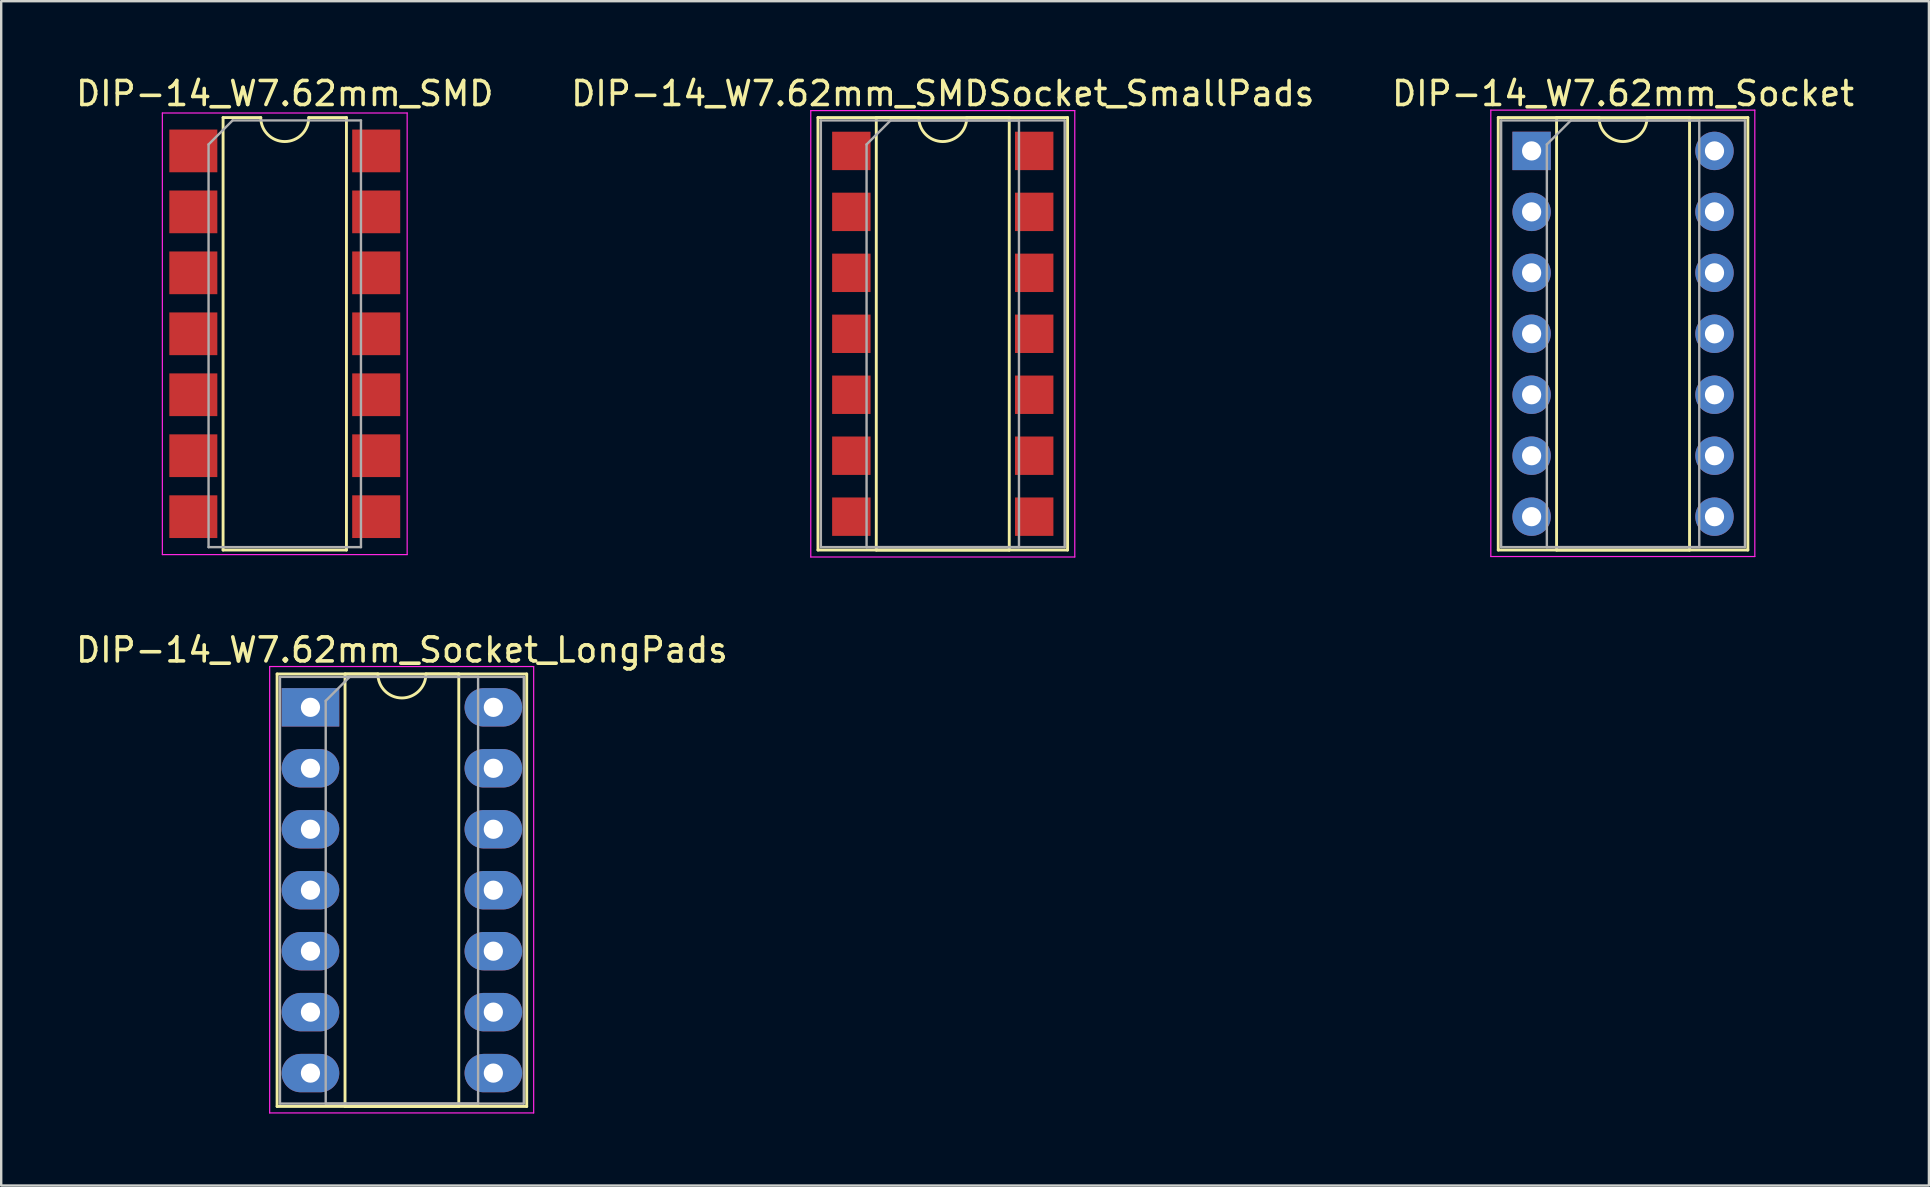
<source format=kicad_pcb>
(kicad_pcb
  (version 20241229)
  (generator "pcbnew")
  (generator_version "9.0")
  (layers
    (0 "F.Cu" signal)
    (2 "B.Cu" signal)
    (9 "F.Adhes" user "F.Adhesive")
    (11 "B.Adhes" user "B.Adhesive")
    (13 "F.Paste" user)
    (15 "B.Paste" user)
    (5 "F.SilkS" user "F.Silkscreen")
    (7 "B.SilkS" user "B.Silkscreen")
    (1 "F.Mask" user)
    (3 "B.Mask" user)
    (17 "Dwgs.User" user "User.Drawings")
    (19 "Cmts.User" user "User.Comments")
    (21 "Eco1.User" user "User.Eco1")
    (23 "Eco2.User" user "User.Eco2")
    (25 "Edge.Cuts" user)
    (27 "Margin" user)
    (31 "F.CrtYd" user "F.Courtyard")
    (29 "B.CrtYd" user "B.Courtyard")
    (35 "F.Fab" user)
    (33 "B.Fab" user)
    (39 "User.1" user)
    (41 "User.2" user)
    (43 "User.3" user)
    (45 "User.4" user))
  (footprint "DIP-14_W7.62mm_Socket"
    (layer "F.Cu")
    (at 60.767 3.238)
    (property "Reference" "DIP-14_W7.62mm_Socket" (at 3.81 -2.39 0) (layer "F.SilkS") (effects (font (size 1 1) (thickness 0.15))))
    (attr through_hole)
    (fp_line (start -1.39 -1.39) (end -1.39 16.63) (stroke (width 0.12) (type solid)) (layer "F.SilkS"))
    (fp_line (start -1.39 16.63) (end 9.01 16.63) (stroke (width 0.12) (type solid)) (layer "F.SilkS"))
    (fp_line (start 1.04 -1.39) (end 1.04 16.63) (stroke (width 0.12) (type solid)) (layer "F.SilkS"))
    (fp_line (start 1.04 16.63) (end 6.58 16.63) (stroke (width 0.12) (type solid)) (layer "F.SilkS"))
    (fp_line (start 2.81 -1.39) (end 1.04 -1.39) (stroke (width 0.12) (type solid)) (layer "F.SilkS"))
    (fp_line (start 6.58 -1.39) (end 4.81 -1.39) (stroke (width 0.12) (type solid)) (layer "F.SilkS"))
    (fp_line (start 6.58 16.63) (end 6.58 -1.39) (stroke (width 0.12) (type solid)) (layer "F.SilkS"))
    (fp_line (start 9.01 -1.39) (end -1.39 -1.39) (stroke (width 0.12) (type solid)) (layer "F.SilkS"))
    (fp_line (start 9.01 16.63) (end 9.01 -1.39) (stroke (width 0.12) (type solid)) (layer "F.SilkS"))
    (fp_arc (start 4.81 -1.39) (mid 3.81 -0.39) (end 2.81 -1.39) (stroke (width 0.12) (type solid)) (layer "F.SilkS"))
    (fp_line (start -1.7 -1.7) (end -1.7 16.9) (stroke (width 0.05) (type solid)) (layer "F.CrtYd"))
    (fp_line (start -1.7 16.9) (end 9.3 16.9) (stroke (width 0.05) (type solid)) (layer "F.CrtYd"))
    (fp_line (start 9.3 -1.7) (end -1.7 -1.7) (stroke (width 0.05) (type solid)) (layer "F.CrtYd"))
    (fp_line (start 9.3 16.9) (end 9.3 -1.7) (stroke (width 0.05) (type solid)) (layer "F.CrtYd"))
    (fp_line (start -1.27 -1.27) (end -1.27 16.51) (stroke (width 0.1) (type solid)) (layer "F.Fab"))
    (fp_line (start -1.27 16.51) (end 8.89 16.51) (stroke (width 0.1) (type solid)) (layer "F.Fab"))
    (fp_line (start 0.635 -0.27) (end 1.635 -1.27) (stroke (width 0.1) (type solid)) (layer "F.Fab"))
    (fp_line (start 0.635 16.51) (end 0.635 -0.27) (stroke (width 0.1) (type solid)) (layer "F.Fab"))
    (fp_line (start 1.635 -1.27) (end 6.985 -1.27) (stroke (width 0.1) (type solid)) (layer "F.Fab"))
    (fp_line (start 6.985 -1.27) (end 6.985 16.51) (stroke (width 0.1) (type solid)) (layer "F.Fab"))
    (fp_line (start 6.985 16.51) (end 0.635 16.51) (stroke (width 0.1) (type solid)) (layer "F.Fab"))
    (fp_line (start 8.89 -1.27) (end -1.27 -1.27) (stroke (width 0.1) (type solid)) (layer "F.Fab"))
    (fp_line (start 8.89 16.51) (end 8.89 -1.27) (stroke (width 0.1) (type solid)) (layer "F.Fab"))
    (pad "1" thru_hole rect (at 0 0) (size 1.6 1.6) (drill 0.8) (layers "*.Cu" "*.Mask"))
    (pad "2" thru_hole oval (at 0 2.54) (size 1.6 1.6) (drill 0.8) (layers "*.Cu" "*.Mask"))
    (pad "3" thru_hole oval (at 0 5.08) (size 1.6 1.6) (drill 0.8) (layers "*.Cu" "*.Mask"))
    (pad "4" thru_hole oval (at 0 7.62) (size 1.6 1.6) (drill 0.8) (layers "*.Cu" "*.Mask"))
    (pad "5" thru_hole oval (at 0 10.16) (size 1.6 1.6) (drill 0.8) (layers "*.Cu" "*.Mask"))
    (pad "6" thru_hole oval (at 0 12.7) (size 1.6 1.6) (drill 0.8) (layers "*.Cu" "*.Mask"))
    (pad "7" thru_hole oval (at 0 15.24) (size 1.6 1.6) (drill 0.8) (layers "*.Cu" "*.Mask"))
    (pad "8" thru_hole oval (at 7.62 15.24) (size 1.6 1.6) (drill 0.8) (layers "*.Cu" "*.Mask"))
    (pad "9" thru_hole oval (at 7.62 12.7) (size 1.6 1.6) (drill 0.8) (layers "*.Cu" "*.Mask"))
    (pad "10" thru_hole oval (at 7.62 10.16) (size 1.6 1.6) (drill 0.8) (layers "*.Cu" "*.Mask"))
    (pad "11" thru_hole oval (at 7.62 7.62) (size 1.6 1.6) (drill 0.8) (layers "*.Cu" "*.Mask"))
    (pad "12" thru_hole oval (at 7.62 5.08) (size 1.6 1.6) (drill 0.8) (layers "*.Cu" "*.Mask"))
    (pad "13" thru_hole oval (at 7.62 2.54) (size 1.6 1.6) (drill 0.8) (layers "*.Cu" "*.Mask"))
    (pad "14" thru_hole oval (at 7.62 0) (size 1.6 1.6) (drill 0.8) (layers "*.Cu" "*.Mask")))
  (footprint "DIP-14_W7.62mm_SMDSocket_SmallPads"
    (layer "F.Cu")
    (at 36.232 10.858)
    (property "Reference" "DIP-14_W7.62mm_SMDSocket_SmallPads" (at 0 -10.01 0) (layer "F.SilkS") (effects (font (size 1 1) (thickness 0.15))))
    (attr smd)
    (fp_line (start -5.2 -9.01) (end -5.2 9.01) (stroke (width 0.12) (type solid)) (layer "F.SilkS"))
    (fp_line (start -5.2 9.01) (end 5.2 9.01) (stroke (width 0.12) (type solid)) (layer "F.SilkS"))
    (fp_line (start -2.77 -9.01) (end -2.77 9.01) (stroke (width 0.12) (type solid)) (layer "F.SilkS"))
    (fp_line (start -2.77 9.01) (end 2.77 9.01) (stroke (width 0.12) (type solid)) (layer "F.SilkS"))
    (fp_line (start -1 -9.01) (end -2.77 -9.01) (stroke (width 0.12) (type solid)) (layer "F.SilkS"))
    (fp_line (start 2.77 -9.01) (end 1 -9.01) (stroke (width 0.12) (type solid)) (layer "F.SilkS"))
    (fp_line (start 2.77 9.01) (end 2.77 -9.01) (stroke (width 0.12) (type solid)) (layer "F.SilkS"))
    (fp_line (start 5.2 -9.01) (end -5.2 -9.01) (stroke (width 0.12) (type solid)) (layer "F.SilkS"))
    (fp_line (start 5.2 9.01) (end 5.2 -9.01) (stroke (width 0.12) (type solid)) (layer "F.SilkS"))
    (fp_arc (start 1 -9.01) (mid 0 -8.01) (end -1 -9.01) (stroke (width 0.12) (type solid)) (layer "F.SilkS"))
    (fp_line (start -5.5 -9.3) (end -5.5 9.3) (stroke (width 0.05) (type solid)) (layer "F.CrtYd"))
    (fp_line (start -5.5 9.3) (end 5.5 9.3) (stroke (width 0.05) (type solid)) (layer "F.CrtYd"))
    (fp_line (start 5.5 -9.3) (end -5.5 -9.3) (stroke (width 0.05) (type solid)) (layer "F.CrtYd"))
    (fp_line (start 5.5 9.3) (end 5.5 -9.3) (stroke (width 0.05) (type solid)) (layer "F.CrtYd"))
    (fp_line (start -5.08 -8.89) (end -5.08 8.89) (stroke (width 0.1) (type solid)) (layer "F.Fab"))
    (fp_line (start -5.08 8.89) (end 5.08 8.89) (stroke (width 0.1) (type solid)) (layer "F.Fab"))
    (fp_line (start -3.175 -7.89) (end -2.175 -8.89) (stroke (width 0.1) (type solid)) (layer "F.Fab"))
    (fp_line (start -3.175 8.89) (end -3.175 -7.89) (stroke (width 0.1) (type solid)) (layer "F.Fab"))
    (fp_line (start -2.175 -8.89) (end 3.175 -8.89) (stroke (width 0.1) (type solid)) (layer "F.Fab"))
    (fp_line (start 3.175 -8.89) (end 3.175 8.89) (stroke (width 0.1) (type solid)) (layer "F.Fab"))
    (fp_line (start 3.175 8.89) (end -3.175 8.89) (stroke (width 0.1) (type solid)) (layer "F.Fab"))
    (fp_line (start 5.08 -8.89) (end -5.08 -8.89) (stroke (width 0.1) (type solid)) (layer "F.Fab"))
    (fp_line (start 5.08 8.89) (end 5.08 -8.89) (stroke (width 0.1) (type solid)) (layer "F.Fab"))
    (pad "1" smd rect (at -3.81 -7.62) (size 1.6 1.6) (layers "F.Cu" "F.Mask"))
    (pad "2" smd rect (at -3.81 -5.08) (size 1.6 1.6) (layers "F.Cu" "F.Mask"))
    (pad "3" smd rect (at -3.81 -2.54) (size 1.6 1.6) (layers "F.Cu" "F.Mask"))
    (pad "4" smd rect (at -3.81 0) (size 1.6 1.6) (layers "F.Cu" "F.Mask"))
    (pad "5" smd rect (at -3.81 2.54) (size 1.6 1.6) (layers "F.Cu" "F.Mask"))
    (pad "6" smd rect (at -3.81 5.08) (size 1.6 1.6) (layers "F.Cu" "F.Mask"))
    (pad "7" smd rect (at -3.81 7.62) (size 1.6 1.6) (layers "F.Cu" "F.Mask"))
    (pad "8" smd rect (at 3.81 7.62) (size 1.6 1.6) (layers "F.Cu" "F.Mask"))
    (pad "9" smd rect (at 3.81 5.08) (size 1.6 1.6) (layers "F.Cu" "F.Mask"))
    (pad "10" smd rect (at 3.81 2.54) (size 1.6 1.6) (layers "F.Cu" "F.Mask"))
    (pad "11" smd rect (at 3.81 0) (size 1.6 1.6) (layers "F.Cu" "F.Mask"))
    (pad "12" smd rect (at 3.81 -2.54) (size 1.6 1.6) (layers "F.Cu" "F.Mask"))
    (pad "13" smd rect (at 3.81 -5.08) (size 1.6 1.6) (layers "F.Cu" "F.Mask"))
    (pad "14" smd rect (at 3.81 -7.62) (size 1.6 1.6) (layers "F.Cu" "F.Mask")))
  (footprint "DIP-14_W7.62mm_Socket_LongPads"
    (layer "F.Cu")
    (at 9.886 26.422)
    (property "Reference" "DIP-14_W7.62mm_Socket_LongPads" (at 3.81 -2.39 0) (layer "F.SilkS") (effects (font (size 1 1) (thickness 0.15))))
    (attr through_hole)
    (fp_line (start -1.39 -1.39) (end -1.39 16.63) (stroke (width 0.12) (type solid)) (layer "F.SilkS"))
    (fp_line (start -1.39 16.63) (end 9.01 16.63) (stroke (width 0.12) (type solid)) (layer "F.SilkS"))
    (fp_line (start 1.44 -1.39) (end 1.44 16.63) (stroke (width 0.12) (type solid)) (layer "F.SilkS"))
    (fp_line (start 1.44 16.63) (end 6.18 16.63) (stroke (width 0.12) (type solid)) (layer "F.SilkS"))
    (fp_line (start 2.81 -1.39) (end 1.44 -1.39) (stroke (width 0.12) (type solid)) (layer "F.SilkS"))
    (fp_line (start 6.18 -1.39) (end 4.81 -1.39) (stroke (width 0.12) (type solid)) (layer "F.SilkS"))
    (fp_line (start 6.18 16.63) (end 6.18 -1.39) (stroke (width 0.12) (type solid)) (layer "F.SilkS"))
    (fp_line (start 9.01 -1.39) (end -1.39 -1.39) (stroke (width 0.12) (type solid)) (layer "F.SilkS"))
    (fp_line (start 9.01 16.63) (end 9.01 -1.39) (stroke (width 0.12) (type solid)) (layer "F.SilkS"))
    (fp_arc (start 4.81 -1.39) (mid 3.81 -0.39) (end 2.81 -1.39) (stroke (width 0.12) (type solid)) (layer "F.SilkS"))
    (fp_line (start -1.7 -1.7) (end -1.7 16.9) (stroke (width 0.05) (type solid)) (layer "F.CrtYd"))
    (fp_line (start -1.7 16.9) (end 9.3 16.9) (stroke (width 0.05) (type solid)) (layer "F.CrtYd"))
    (fp_line (start 9.3 -1.7) (end -1.7 -1.7) (stroke (width 0.05) (type solid)) (layer "F.CrtYd"))
    (fp_line (start 9.3 16.9) (end 9.3 -1.7) (stroke (width 0.05) (type solid)) (layer "F.CrtYd"))
    (fp_line (start -1.27 -1.27) (end -1.27 16.51) (stroke (width 0.1) (type solid)) (layer "F.Fab"))
    (fp_line (start -1.27 16.51) (end 8.89 16.51) (stroke (width 0.1) (type solid)) (layer "F.Fab"))
    (fp_line (start 0.635 -0.27) (end 1.635 -1.27) (stroke (width 0.1) (type solid)) (layer "F.Fab"))
    (fp_line (start 0.635 16.51) (end 0.635 -0.27) (stroke (width 0.1) (type solid)) (layer "F.Fab"))
    (fp_line (start 1.635 -1.27) (end 6.985 -1.27) (stroke (width 0.1) (type solid)) (layer "F.Fab"))
    (fp_line (start 6.985 -1.27) (end 6.985 16.51) (stroke (width 0.1) (type solid)) (layer "F.Fab"))
    (fp_line (start 6.985 16.51) (end 0.635 16.51) (stroke (width 0.1) (type solid)) (layer "F.Fab"))
    (fp_line (start 8.89 -1.27) (end -1.27 -1.27) (stroke (width 0.1) (type solid)) (layer "F.Fab"))
    (fp_line (start 8.89 16.51) (end 8.89 -1.27) (stroke (width 0.1) (type solid)) (layer "F.Fab"))
    (pad "1" thru_hole rect (at 0 0) (size 2.4 1.6) (drill 0.8) (layers "*.Cu" "*.Mask"))
    (pad "2" thru_hole oval (at 0 2.54) (size 2.4 1.6) (drill 0.8) (layers "*.Cu" "*.Mask"))
    (pad "3" thru_hole oval (at 0 5.08) (size 2.4 1.6) (drill 0.8) (layers "*.Cu" "*.Mask"))
    (pad "4" thru_hole oval (at 0 7.62) (size 2.4 1.6) (drill 0.8) (layers "*.Cu" "*.Mask"))
    (pad "5" thru_hole oval (at 0 10.16) (size 2.4 1.6) (drill 0.8) (layers "*.Cu" "*.Mask"))
    (pad "6" thru_hole oval (at 0 12.7) (size 2.4 1.6) (drill 0.8) (layers "*.Cu" "*.Mask"))
    (pad "7" thru_hole oval (at 0 15.24) (size 2.4 1.6) (drill 0.8) (layers "*.Cu" "*.Mask"))
    (pad "8" thru_hole oval (at 7.62 15.24) (size 2.4 1.6) (drill 0.8) (layers "*.Cu" "*.Mask"))
    (pad "9" thru_hole oval (at 7.62 12.7) (size 2.4 1.6) (drill 0.8) (layers "*.Cu" "*.Mask"))
    (pad "10" thru_hole oval (at 7.62 10.16) (size 2.4 1.6) (drill 0.8) (layers "*.Cu" "*.Mask"))
    (pad "11" thru_hole oval (at 7.62 7.62) (size 2.4 1.6) (drill 0.8) (layers "*.Cu" "*.Mask"))
    (pad "12" thru_hole oval (at 7.62 5.08) (size 2.4 1.6) (drill 0.8) (layers "*.Cu" "*.Mask"))
    (pad "13" thru_hole oval (at 7.62 2.54) (size 2.4 1.6) (drill 0.8) (layers "*.Cu" "*.Mask"))
    (pad "14" thru_hole oval (at 7.62 0) (size 2.4 1.6) (drill 0.8) (layers "*.Cu" "*.Mask")))
  (footprint "DIP-14_W7.62mm_SMD"
    (layer "F.Cu")
    (at 8.815 10.858)
    (property "Reference" "DIP-14_W7.62mm_SMD" (at 0 -10.01 0) (layer "F.SilkS") (effects (font (size 1 1) (thickness 0.15))))
    (attr smd)
    (fp_line (start -2.57 -9.01) (end -2.57 9.01) (stroke (width 0.12) (type solid)) (layer "F.SilkS"))
    (fp_line (start -2.57 9.01) (end 2.57 9.01) (stroke (width 0.12) (type solid)) (layer "F.SilkS"))
    (fp_line (start -1 -9.01) (end -2.57 -9.01) (stroke (width 0.12) (type solid)) (layer "F.SilkS"))
    (fp_line (start 2.57 -9.01) (end 1 -9.01) (stroke (width 0.12) (type solid)) (layer "F.SilkS"))
    (fp_line (start 2.57 9.01) (end 2.57 -9.01) (stroke (width 0.12) (type solid)) (layer "F.SilkS"))
    (fp_arc (start 1 -9.01) (mid 0 -8.01) (end -1 -9.01) (stroke (width 0.12) (type solid)) (layer "F.SilkS"))
    (fp_line (start -5.1 -9.2) (end -5.1 9.2) (stroke (width 0.05) (type solid)) (layer "F.CrtYd"))
    (fp_line (start -5.1 9.2) (end 5.1 9.2) (stroke (width 0.05) (type solid)) (layer "F.CrtYd"))
    (fp_line (start 5.1 -9.2) (end -5.1 -9.2) (stroke (width 0.05) (type solid)) (layer "F.CrtYd"))
    (fp_line (start 5.1 9.2) (end 5.1 -9.2) (stroke (width 0.05) (type solid)) (layer "F.CrtYd"))
    (fp_line (start -3.175 -7.89) (end -2.175 -8.89) (stroke (width 0.1) (type solid)) (layer "F.Fab"))
    (fp_line (start -3.175 8.89) (end -3.175 -7.89) (stroke (width 0.1) (type solid)) (layer "F.Fab"))
    (fp_line (start -2.175 -8.89) (end 3.175 -8.89) (stroke (width 0.1) (type solid)) (layer "F.Fab"))
    (fp_line (start 3.175 -8.89) (end 3.175 8.89) (stroke (width 0.1) (type solid)) (layer "F.Fab"))
    (fp_line (start 3.175 8.89) (end -3.175 8.89) (stroke (width 0.1) (type solid)) (layer "F.Fab"))
    (pad "1" smd rect (at -3.81 -7.62) (size 2 1.78) (layers "F.Cu" "F.Mask"))
    (pad "2" smd rect (at -3.81 -5.08) (size 2 1.78) (layers "F.Cu" "F.Mask"))
    (pad "3" smd rect (at -3.81 -2.54) (size 2 1.78) (layers "F.Cu" "F.Mask"))
    (pad "4" smd rect (at -3.81 0) (size 2 1.78) (layers "F.Cu" "F.Mask"))
    (pad "5" smd rect (at -3.81 2.54) (size 2 1.78) (layers "F.Cu" "F.Mask"))
    (pad "6" smd rect (at -3.81 5.08) (size 2 1.78) (layers "F.Cu" "F.Mask"))
    (pad "7" smd rect (at -3.81 7.62) (size 2 1.78) (layers "F.Cu" "F.Mask"))
    (pad "8" smd rect (at 3.81 7.62) (size 2 1.78) (layers "F.Cu" "F.Mask"))
    (pad "9" smd rect (at 3.81 5.08) (size 2 1.78) (layers "F.Cu" "F.Mask"))
    (pad "10" smd rect (at 3.81 2.54) (size 2 1.78) (layers "F.Cu" "F.Mask"))
    (pad "11" smd rect (at 3.81 0) (size 2 1.78) (layers "F.Cu" "F.Mask"))
    (pad "12" smd rect (at 3.81 -2.54) (size 2 1.78) (layers "F.Cu" "F.Mask"))
    (pad "13" smd rect (at 3.81 -5.08) (size 2 1.78) (layers "F.Cu" "F.Mask"))
    (pad "14" smd rect (at 3.81 -7.62) (size 2 1.78) (layers "F.Cu" "F.Mask")))
  (gr_rect
    (start -3 -3)
    (end 77.321 46.346)
    (stroke (width 0.1) (type default))
    (fill no)
    (layer "Edge.Cuts")))
</source>
